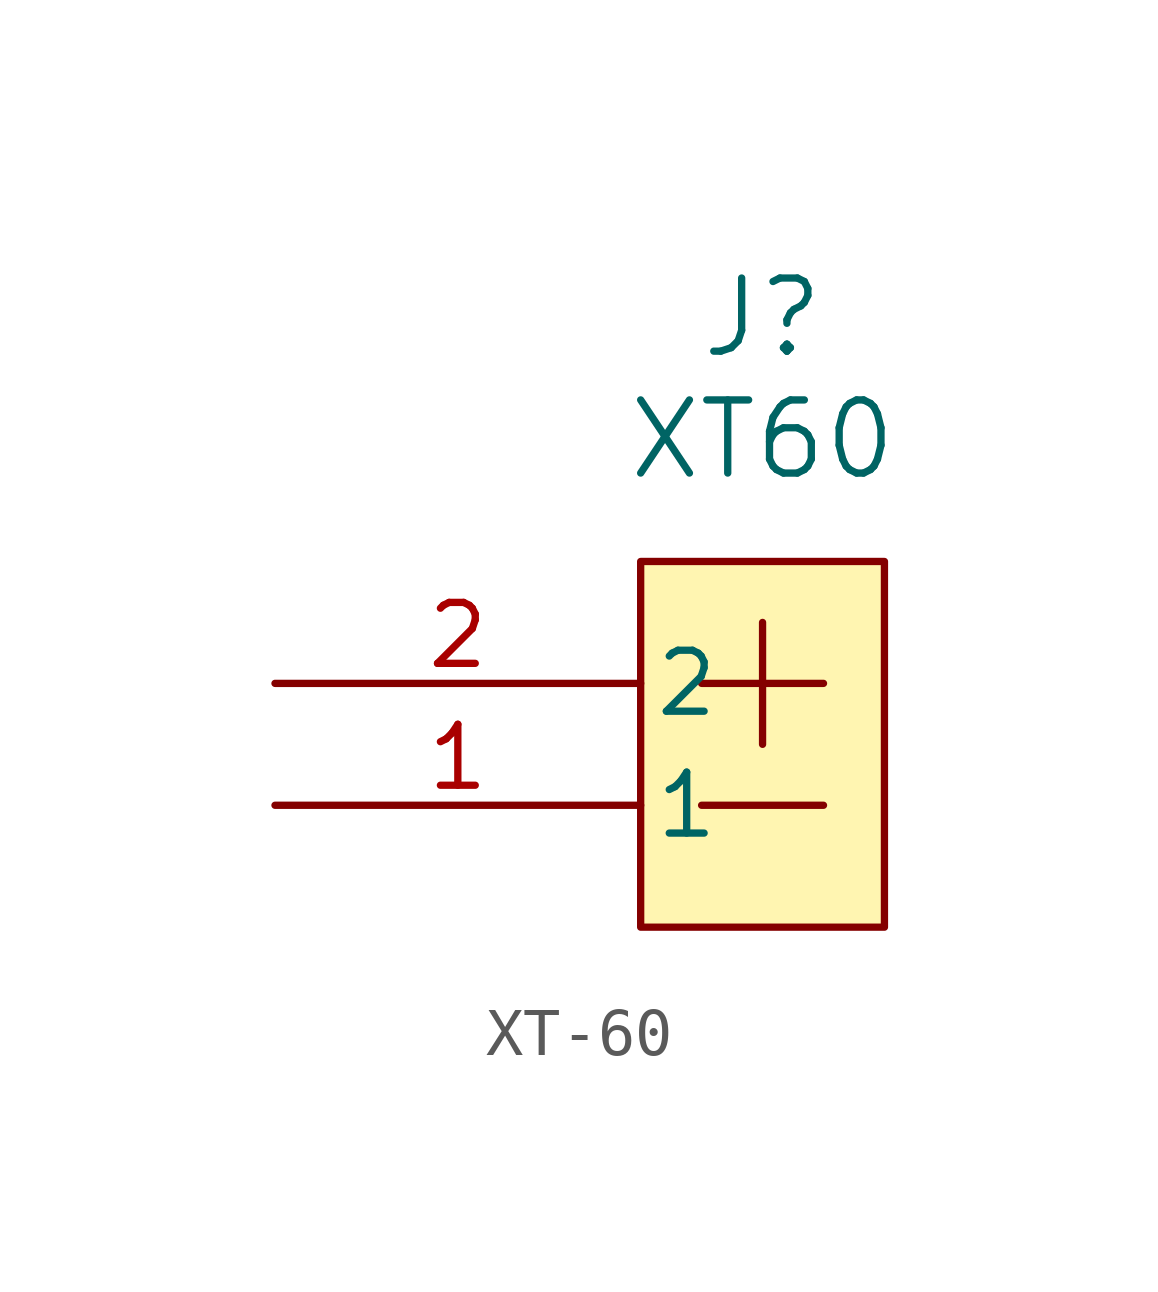
<source format=kicad_sym>
(kicad_symbol_lib
  (version 20231120)
  (generator "kicad_symbol_editor")
  (generator_version "8.0")
  (symbol "XT-60"
    (pin_names
      (offset 0.254))
    (property "Reference" "J"
      (at 1.27 8.89 0)
      (effects (font (size 1.524 1.524))))
    (property "Value" "XT60"
      (at 1.27 6.35 0)
      (effects (font (size 1.524 1.524))))
    (symbol "XT-60_0_1"
      (polyline (pts (xy 0 -1.27) (xy 2.54 -1.27)) (stroke (width 0) (type default)) (fill (type none)))
      (polyline (pts (xy 0 1.27) (xy 2.54 1.27)) (stroke (width 0) (type default)) (fill (type none)))
      (polyline (pts (xy 1.27 2.54) (xy 1.27 0)) (stroke (width 0) (type default)) (fill (type none))))
    (symbol "XT-60_1_1"
      (rectangle (start -1.27 3.81) (end 3.81 -3.81) (stroke (width 0) (type default)) (fill (type color) (color 255 245 177 1)))
      (pin power_in line (at -8.89 -1.27 0) (length 7.62) (name "1" (effects (font (size 1.27 1.27)))) (number "1" (effects (font (size 1.27 1.27)))))
      (pin power_in line (at -8.89 1.27 0) (length 7.62) (name "2" (effects (font (size 1.27 1.27)))) (number "2" (effects (font (size 1.27 1.27))))))))
</source>
